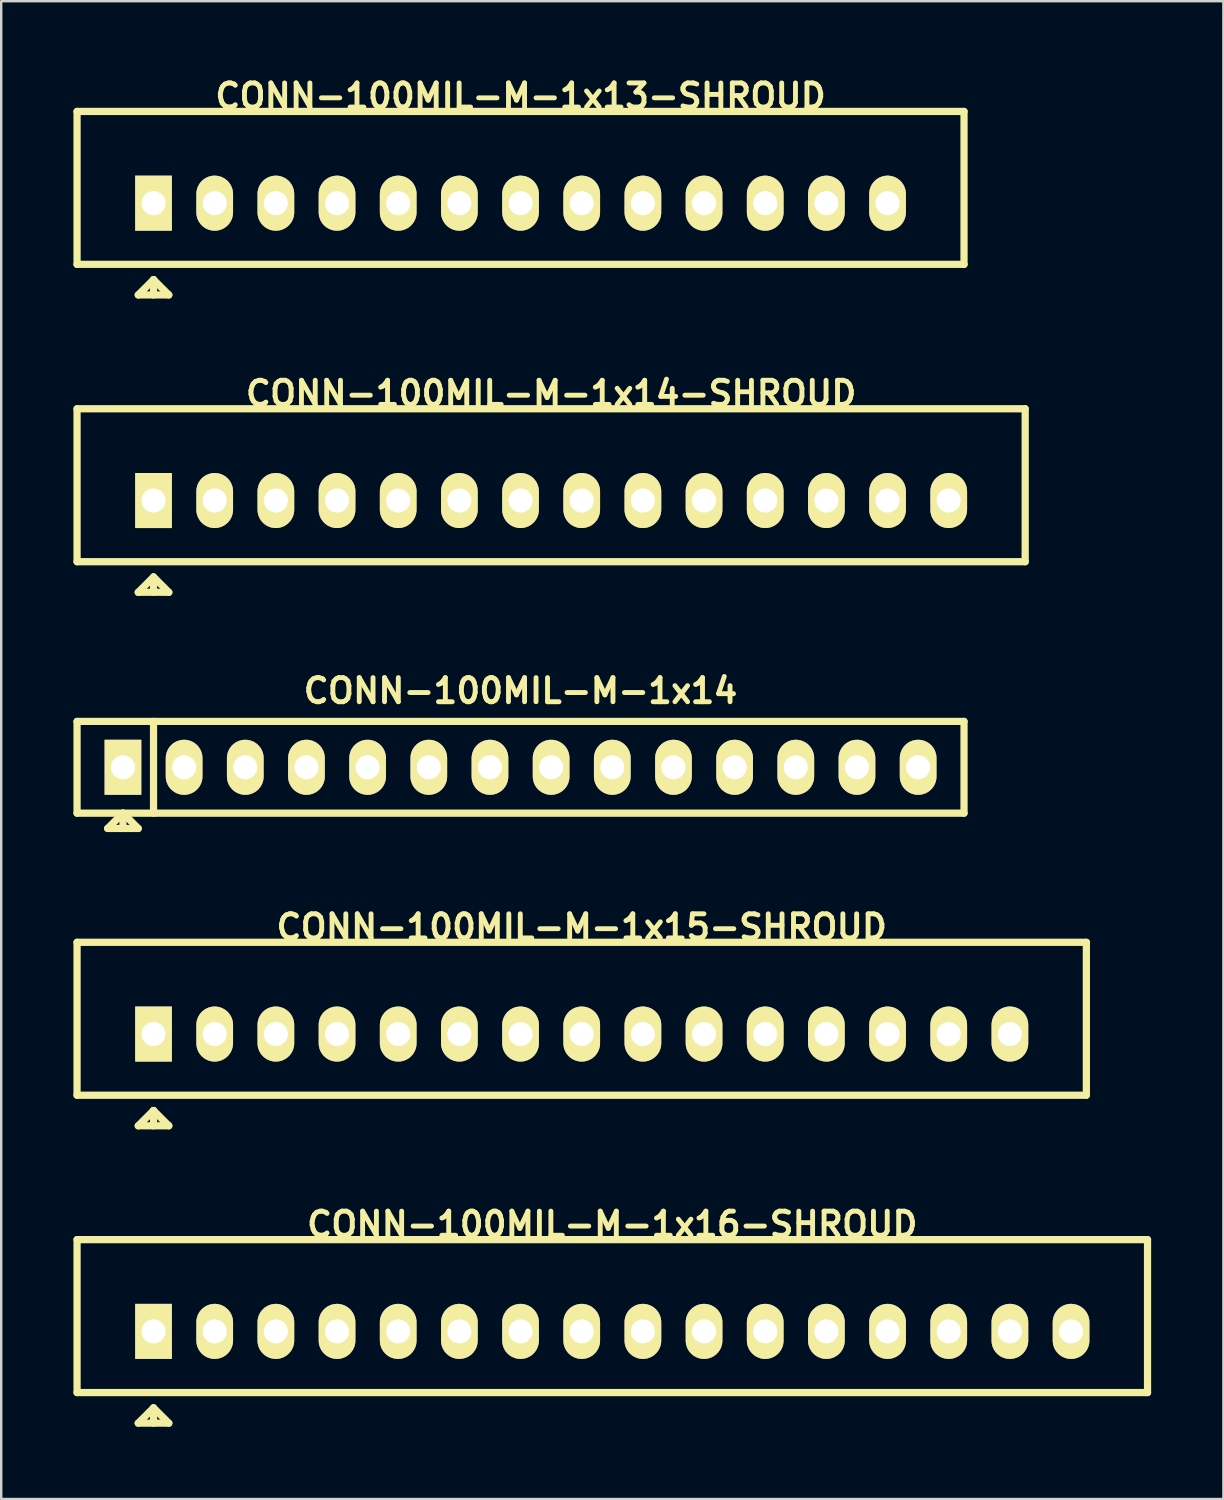
<source format=kicad_pcb>
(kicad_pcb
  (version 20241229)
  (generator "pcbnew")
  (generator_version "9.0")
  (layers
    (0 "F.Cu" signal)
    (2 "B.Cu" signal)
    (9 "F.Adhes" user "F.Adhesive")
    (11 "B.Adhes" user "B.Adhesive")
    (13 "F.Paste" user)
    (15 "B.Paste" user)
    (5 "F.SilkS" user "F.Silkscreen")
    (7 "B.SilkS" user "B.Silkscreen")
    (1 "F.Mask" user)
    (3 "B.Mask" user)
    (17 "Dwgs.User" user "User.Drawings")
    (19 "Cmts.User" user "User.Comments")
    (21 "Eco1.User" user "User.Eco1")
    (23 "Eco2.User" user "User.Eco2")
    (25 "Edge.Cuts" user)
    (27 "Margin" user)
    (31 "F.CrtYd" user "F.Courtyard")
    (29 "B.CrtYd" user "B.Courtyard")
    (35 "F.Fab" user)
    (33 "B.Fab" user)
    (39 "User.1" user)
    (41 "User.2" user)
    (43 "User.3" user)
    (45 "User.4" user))
  (footprint "CONN-100MIL-M-1x15-SHROUD"
    (layer "F.Cu")
    (at 21.105 39.888)
    (property "Reference" "CONN-100MIL-M-1x15-SHROUD" (at 0 -4.445 0) (layer "F.SilkS") (effects (font (size 1.001 1.001) (thickness 0.203))))
    (attr through_hole)
    (fp_line (start -20.955 -3.81) (end 20.955 -3.81) (stroke (width 0.3) (type solid)) (layer "F.SilkS"))
    (fp_line (start -20.955 2.54) (end -20.955 -3.81) (stroke (width 0.3) (type solid)) (layer "F.SilkS"))
    (fp_line (start -18.415 3.81) (end -17.145 3.81) (stroke (width 0.3) (type solid)) (layer "F.SilkS"))
    (fp_line (start -17.78 3.175) (end -18.415 3.81) (stroke (width 0.3) (type solid)) (layer "F.SilkS"))
    (fp_line (start -17.78 3.175) (end -17.78 3.81) (stroke (width 0.3) (type solid)) (layer "F.SilkS"))
    (fp_line (start -17.145 3.81) (end -17.78 3.175) (stroke (width 0.3) (type solid)) (layer "F.SilkS"))
    (fp_line (start 20.955 -3.81) (end 20.955 2.54) (stroke (width 0.3) (type solid)) (layer "F.SilkS"))
    (fp_line (start 20.955 2.54) (end -20.955 2.54) (stroke (width 0.3) (type solid)) (layer "F.SilkS"))
    (pad "1" thru_hole rect (at -17.78 0) (size 1.524 2.286) (drill 1) (layers "*.Cu" "*.Mask" "F.SilkS"))
    (pad "2" thru_hole oval (at -15.24 0) (size 1.524 2.286) (drill 1) (layers "*.Cu" "*.Mask" "F.SilkS"))
    (pad "3" thru_hole oval (at -12.7 0) (size 1.524 2.286) (drill 1) (layers "*.Cu" "*.Mask" "F.SilkS"))
    (pad "4" thru_hole oval (at -10.16 0) (size 1.524 2.286) (drill 1) (layers "*.Cu" "*.Mask" "F.SilkS"))
    (pad "5" thru_hole oval (at -7.62 0) (size 1.524 2.286) (drill 1) (layers "*.Cu" "*.Mask" "F.SilkS"))
    (pad "6" thru_hole oval (at -5.08 0) (size 1.524 2.286) (drill 1) (layers "*.Cu" "*.Mask" "F.SilkS"))
    (pad "7" thru_hole oval (at -2.54 0) (size 1.524 2.286) (drill 1) (layers "*.Cu" "*.Mask" "F.SilkS"))
    (pad "8" thru_hole oval (at 0 0) (size 1.524 2.286) (drill 1) (layers "*.Cu" "*.Mask" "F.SilkS"))
    (pad "9" thru_hole oval (at 2.54 0) (size 1.524 2.286) (drill 1) (layers "*.Cu" "*.Mask" "F.SilkS"))
    (pad "10" thru_hole oval (at 5.08 0) (size 1.524 2.286) (drill 1) (layers "*.Cu" "*.Mask" "F.SilkS"))
    (pad "11" thru_hole oval (at 7.62 0) (size 1.524 2.286) (drill 1) (layers "*.Cu" "*.Mask" "F.SilkS"))
    (pad "12" thru_hole oval (at 10.16 0) (size 1.524 2.286) (drill 1) (layers "*.Cu" "*.Mask" "F.SilkS"))
    (pad "13" thru_hole oval (at 12.7 0) (size 1.524 2.286) (drill 1) (layers "*.Cu" "*.Mask" "F.SilkS"))
    (pad "14" thru_hole oval (at 15.24 0) (size 1.524 2.286) (drill 1) (layers "*.Cu" "*.Mask" "F.SilkS"))
    (pad "15" thru_hole oval (at 17.78 0) (size 1.524 2.286) (drill 1) (layers "*.Cu" "*.Mask" "F.SilkS")))
  (footprint "CONN-100MIL-M-1x16-SHROUD"
    (layer "F.Cu")
    (at 22.375 52.235)
    (property "Reference" "CONN-100MIL-M-1x16-SHROUD" (at 0 -4.445 0) (layer "F.SilkS") (effects (font (size 1.001 1.001) (thickness 0.203))))
    (attr through_hole)
    (fp_line (start -22.225 2.54) (end -22.225 -3.81) (stroke (width 0.3) (type solid)) (layer "F.SilkS"))
    (fp_line (start -22.225 2.54) (end 22.225 2.54) (stroke (width 0.3) (type solid)) (layer "F.SilkS"))
    (fp_line (start -19.685 3.81) (end -18.415 3.81) (stroke (width 0.3) (type solid)) (layer "F.SilkS"))
    (fp_line (start -19.05 3.175) (end -19.685 3.81) (stroke (width 0.3) (type solid)) (layer "F.SilkS"))
    (fp_line (start -19.05 3.175) (end -19.05 3.81) (stroke (width 0.3) (type solid)) (layer "F.SilkS"))
    (fp_line (start -18.415 3.81) (end -19.05 3.175) (stroke (width 0.3) (type solid)) (layer "F.SilkS"))
    (fp_line (start 22.225 -3.81) (end -22.225 -3.81) (stroke (width 0.3) (type solid)) (layer "F.SilkS"))
    (fp_line (start 22.225 -3.81) (end 22.225 2.54) (stroke (width 0.3) (type solid)) (layer "F.SilkS"))
    (pad "1" thru_hole rect (at -19.05 0) (size 1.524 2.286) (drill 1) (layers "*.Cu" "*.Mask" "F.SilkS"))
    (pad "2" thru_hole oval (at -16.51 0) (size 1.524 2.286) (drill 1) (layers "*.Cu" "*.Mask" "F.SilkS"))
    (pad "3" thru_hole oval (at -13.97 0) (size 1.524 2.286) (drill 1) (layers "*.Cu" "*.Mask" "F.SilkS"))
    (pad "4" thru_hole oval (at -11.43 0) (size 1.524 2.286) (drill 1) (layers "*.Cu" "*.Mask" "F.SilkS"))
    (pad "5" thru_hole oval (at -8.89 0) (size 1.524 2.286) (drill 1) (layers "*.Cu" "*.Mask" "F.SilkS"))
    (pad "6" thru_hole oval (at -6.35 0) (size 1.524 2.286) (drill 1) (layers "*.Cu" "*.Mask" "F.SilkS"))
    (pad "7" thru_hole oval (at -3.81 0) (size 1.524 2.286) (drill 1) (layers "*.Cu" "*.Mask" "F.SilkS"))
    (pad "8" thru_hole oval (at -1.27 0) (size 1.524 2.286) (drill 1) (layers "*.Cu" "*.Mask" "F.SilkS"))
    (pad "9" thru_hole oval (at 1.27 0) (size 1.524 2.286) (drill 1) (layers "*.Cu" "*.Mask" "F.SilkS"))
    (pad "10" thru_hole oval (at 3.81 0) (size 1.524 2.286) (drill 1) (layers "*.Cu" "*.Mask" "F.SilkS"))
    (pad "11" thru_hole oval (at 6.35 0) (size 1.524 2.286) (drill 1) (layers "*.Cu" "*.Mask" "F.SilkS"))
    (pad "12" thru_hole oval (at 8.89 0) (size 1.524 2.286) (drill 1) (layers "*.Cu" "*.Mask" "F.SilkS"))
    (pad "13" thru_hole oval (at 11.43 0) (size 1.524 2.286) (drill 1) (layers "*.Cu" "*.Mask" "F.SilkS"))
    (pad "14" thru_hole oval (at 13.97 0) (size 1.524 2.286) (drill 1) (layers "*.Cu" "*.Mask" "F.SilkS"))
    (pad "15" thru_hole oval (at 16.51 0) (size 1.524 2.286) (drill 1) (layers "*.Cu" "*.Mask" "F.SilkS"))
    (pad "16" thru_hole oval (at 19.05 0) (size 1.524 2.286) (drill 1) (layers "*.Cu" "*.Mask" "F.SilkS")))
  (footprint "CONN-100MIL-M-1x13-SHROUD"
    (layer "F.Cu")
    (at 18.565 5.387)
    (property "Reference" "CONN-100MIL-M-1x13-SHROUD" (at 0 -4.445 0) (layer "F.SilkS") (effects (font (size 1.001 1.001) (thickness 0.203))))
    (attr through_hole)
    (fp_line (start -18.415 2.54) (end -18.415 -3.81) (stroke (width 0.3) (type solid)) (layer "F.SilkS"))
    (fp_line (start -18.415 2.54) (end 18.415 2.54) (stroke (width 0.3) (type solid)) (layer "F.SilkS"))
    (fp_line (start -15.875 3.81) (end -14.605 3.81) (stroke (width 0.3) (type solid)) (layer "F.SilkS"))
    (fp_line (start -15.24 3.175) (end -15.875 3.81) (stroke (width 0.3) (type solid)) (layer "F.SilkS"))
    (fp_line (start -15.24 3.175) (end -15.24 3.81) (stroke (width 0.3) (type solid)) (layer "F.SilkS"))
    (fp_line (start -14.605 3.81) (end -15.24 3.175) (stroke (width 0.3) (type solid)) (layer "F.SilkS"))
    (fp_line (start 18.415 -3.81) (end -18.415 -3.81) (stroke (width 0.3) (type solid)) (layer "F.SilkS"))
    (fp_line (start 18.415 -3.81) (end 18.415 2.54) (stroke (width 0.3) (type solid)) (layer "F.SilkS"))
    (pad "1" thru_hole rect (at -15.24 0) (size 1.524 2.286) (drill 1) (layers "*.Cu" "*.Mask" "F.SilkS"))
    (pad "2" thru_hole oval (at -12.7 0) (size 1.524 2.286) (drill 1) (layers "*.Cu" "*.Mask" "F.SilkS"))
    (pad "3" thru_hole oval (at -10.16 0) (size 1.524 2.286) (drill 1) (layers "*.Cu" "*.Mask" "F.SilkS"))
    (pad "4" thru_hole oval (at -7.62 0) (size 1.524 2.286) (drill 1) (layers "*.Cu" "*.Mask" "F.SilkS"))
    (pad "5" thru_hole oval (at -5.08 0) (size 1.524 2.286) (drill 1) (layers "*.Cu" "*.Mask" "F.SilkS"))
    (pad "6" thru_hole oval (at -2.54 0) (size 1.524 2.286) (drill 1) (layers "*.Cu" "*.Mask" "F.SilkS"))
    (pad "7" thru_hole oval (at 0 0) (size 1.524 2.286) (drill 1) (layers "*.Cu" "*.Mask" "F.SilkS"))
    (pad "8" thru_hole oval (at 2.54 0) (size 1.524 2.286) (drill 1) (layers "*.Cu" "*.Mask" "F.SilkS"))
    (pad "9" thru_hole oval (at 5.08 0) (size 1.524 2.286) (drill 1) (layers "*.Cu" "*.Mask" "F.SilkS"))
    (pad "10" thru_hole oval (at 7.62 0) (size 1.524 2.286) (drill 1) (layers "*.Cu" "*.Mask" "F.SilkS"))
    (pad "11" thru_hole oval (at 10.16 0) (size 1.524 2.286) (drill 1) (layers "*.Cu" "*.Mask" "F.SilkS"))
    (pad "12" thru_hole oval (at 12.7 0) (size 1.524 2.286) (drill 1) (layers "*.Cu" "*.Mask" "F.SilkS"))
    (pad "13" thru_hole oval (at 15.24 0) (size 1.524 2.286) (drill 1) (layers "*.Cu" "*.Mask" "F.SilkS")))
  (footprint "CONN-100MIL-M-1x14-SHROUD"
    (layer "F.Cu")
    (at 19.835 17.734)
    (property "Reference" "CONN-100MIL-M-1x14-SHROUD" (at 0 -4.445 0) (layer "F.SilkS") (effects (font (size 1.001 1.001) (thickness 0.203))))
    (attr through_hole)
    (fp_line (start -19.685 -3.81) (end 19.685 -3.81) (stroke (width 0.3) (type solid)) (layer "F.SilkS"))
    (fp_line (start -19.685 2.54) (end -19.685 -3.81) (stroke (width 0.3) (type solid)) (layer "F.SilkS"))
    (fp_line (start -17.145 3.81) (end -15.875 3.81) (stroke (width 0.3) (type solid)) (layer "F.SilkS"))
    (fp_line (start -16.51 3.175) (end -17.145 3.81) (stroke (width 0.3) (type solid)) (layer "F.SilkS"))
    (fp_line (start -16.51 3.175) (end -16.51 3.81) (stroke (width 0.3) (type solid)) (layer "F.SilkS"))
    (fp_line (start -15.875 3.81) (end -16.51 3.175) (stroke (width 0.3) (type solid)) (layer "F.SilkS"))
    (fp_line (start 19.685 -3.81) (end 19.685 2.54) (stroke (width 0.3) (type solid)) (layer "F.SilkS"))
    (fp_line (start 19.685 2.54) (end -19.685 2.54) (stroke (width 0.3) (type solid)) (layer "F.SilkS"))
    (pad "1" thru_hole rect (at -16.51 0) (size 1.524 2.286) (drill 1) (layers "*.Cu" "*.Mask" "F.SilkS"))
    (pad "2" thru_hole oval (at -13.97 0) (size 1.524 2.286) (drill 1) (layers "*.Cu" "*.Mask" "F.SilkS"))
    (pad "3" thru_hole oval (at -11.43 0) (size 1.524 2.286) (drill 1) (layers "*.Cu" "*.Mask" "F.SilkS"))
    (pad "4" thru_hole oval (at -8.89 0) (size 1.524 2.286) (drill 1) (layers "*.Cu" "*.Mask" "F.SilkS"))
    (pad "5" thru_hole oval (at -6.35 0) (size 1.524 2.286) (drill 1) (layers "*.Cu" "*.Mask" "F.SilkS"))
    (pad "6" thru_hole oval (at -3.81 0) (size 1.524 2.286) (drill 1) (layers "*.Cu" "*.Mask" "F.SilkS"))
    (pad "7" thru_hole oval (at -1.27 0) (size 1.524 2.286) (drill 1) (layers "*.Cu" "*.Mask" "F.SilkS"))
    (pad "8" thru_hole oval (at 1.27 0) (size 1.524 2.286) (drill 1) (layers "*.Cu" "*.Mask" "F.SilkS"))
    (pad "9" thru_hole oval (at 3.81 0) (size 1.524 2.286) (drill 1) (layers "*.Cu" "*.Mask" "F.SilkS"))
    (pad "10" thru_hole oval (at 6.35 0) (size 1.524 2.286) (drill 1) (layers "*.Cu" "*.Mask" "F.SilkS"))
    (pad "11" thru_hole oval (at 8.89 0) (size 1.524 2.286) (drill 1) (layers "*.Cu" "*.Mask" "F.SilkS"))
    (pad "12" thru_hole oval (at 11.43 0) (size 1.524 2.286) (drill 1) (layers "*.Cu" "*.Mask" "F.SilkS"))
    (pad "13" thru_hole oval (at 13.97 0) (size 1.524 2.286) (drill 1) (layers "*.Cu" "*.Mask" "F.SilkS"))
    (pad "14" thru_hole oval (at 16.51 0) (size 1.524 2.286) (drill 1) (layers "*.Cu" "*.Mask" "F.SilkS")))
  (footprint "CONN-100MIL-M-1x14"
    (layer "F.Cu")
    (at 18.565 28.811)
    (property "Reference" "CONN-100MIL-M-1x14" (at 0 -3.175 0) (layer "F.SilkS") (effects (font (size 1.001 1.001) (thickness 0.203))))
    (attr through_hole)
    (fp_line (start -18.415 -1.905) (end 18.415 -1.905) (stroke (width 0.3) (type solid)) (layer "F.SilkS"))
    (fp_line (start -18.415 1.905) (end -18.415 -1.905) (stroke (width 0.3) (type solid)) (layer "F.SilkS"))
    (fp_line (start -17.145 2.54) (end -15.875 2.54) (stroke (width 0.3) (type solid)) (layer "F.SilkS"))
    (fp_line (start -16.51 1.905) (end -17.145 2.54) (stroke (width 0.3) (type solid)) (layer "F.SilkS"))
    (fp_line (start -16.51 1.905) (end -16.51 2.54) (stroke (width 0.3) (type solid)) (layer "F.SilkS"))
    (fp_line (start -15.875 2.54) (end -16.51 1.905) (stroke (width 0.3) (type solid)) (layer "F.SilkS"))
    (fp_line (start -15.24 -1.905) (end -15.24 1.905) (stroke (width 0.3) (type solid)) (layer "F.SilkS"))
    (fp_line (start 18.415 -1.905) (end 18.415 1.905) (stroke (width 0.3) (type solid)) (layer "F.SilkS"))
    (fp_line (start 18.415 1.905) (end -18.415 1.905) (stroke (width 0.3) (type solid)) (layer "F.SilkS"))
    (pad "1" thru_hole rect (at -16.51 0) (size 1.524 2.286) (drill 1) (layers "*.Cu" "*.Mask" "F.SilkS"))
    (pad "2" thru_hole oval (at -13.97 0) (size 1.524 2.286) (drill 1) (layers "*.Cu" "*.Mask" "F.SilkS"))
    (pad "3" thru_hole oval (at -11.43 0) (size 1.524 2.286) (drill 1) (layers "*.Cu" "*.Mask" "F.SilkS"))
    (pad "4" thru_hole oval (at -8.89 0) (size 1.524 2.286) (drill 1) (layers "*.Cu" "*.Mask" "F.SilkS"))
    (pad "5" thru_hole oval (at -6.35 0) (size 1.524 2.286) (drill 1) (layers "*.Cu" "*.Mask" "F.SilkS"))
    (pad "6" thru_hole oval (at -3.81 0) (size 1.524 2.286) (drill 1) (layers "*.Cu" "*.Mask" "F.SilkS"))
    (pad "7" thru_hole oval (at -1.27 0) (size 1.524 2.286) (drill 1) (layers "*.Cu" "*.Mask" "F.SilkS"))
    (pad "8" thru_hole oval (at 1.27 0) (size 1.524 2.286) (drill 1) (layers "*.Cu" "*.Mask" "F.SilkS"))
    (pad "9" thru_hole oval (at 3.81 0) (size 1.524 2.286) (drill 1) (layers "*.Cu" "*.Mask" "F.SilkS"))
    (pad "10" thru_hole oval (at 6.35 0) (size 1.524 2.286) (drill 1) (layers "*.Cu" "*.Mask" "F.SilkS"))
    (pad "11" thru_hole oval (at 8.89 0) (size 1.524 2.286) (drill 1) (layers "*.Cu" "*.Mask" "F.SilkS"))
    (pad "12" thru_hole oval (at 11.43 0) (size 1.524 2.286) (drill 1) (layers "*.Cu" "*.Mask" "F.SilkS"))
    (pad "13" thru_hole oval (at 13.97 0) (size 1.524 2.286) (drill 1) (layers "*.Cu" "*.Mask" "F.SilkS"))
    (pad "14" thru_hole oval (at 16.51 0) (size 1.524 2.286) (drill 1) (layers "*.Cu" "*.Mask" "F.SilkS")))
  (gr_rect
    (start -3 -3)
    (end 47.75 59.195)
    (stroke (width 0.1) (type default))
    (fill no)
    (layer "Edge.Cuts")))
</source>
